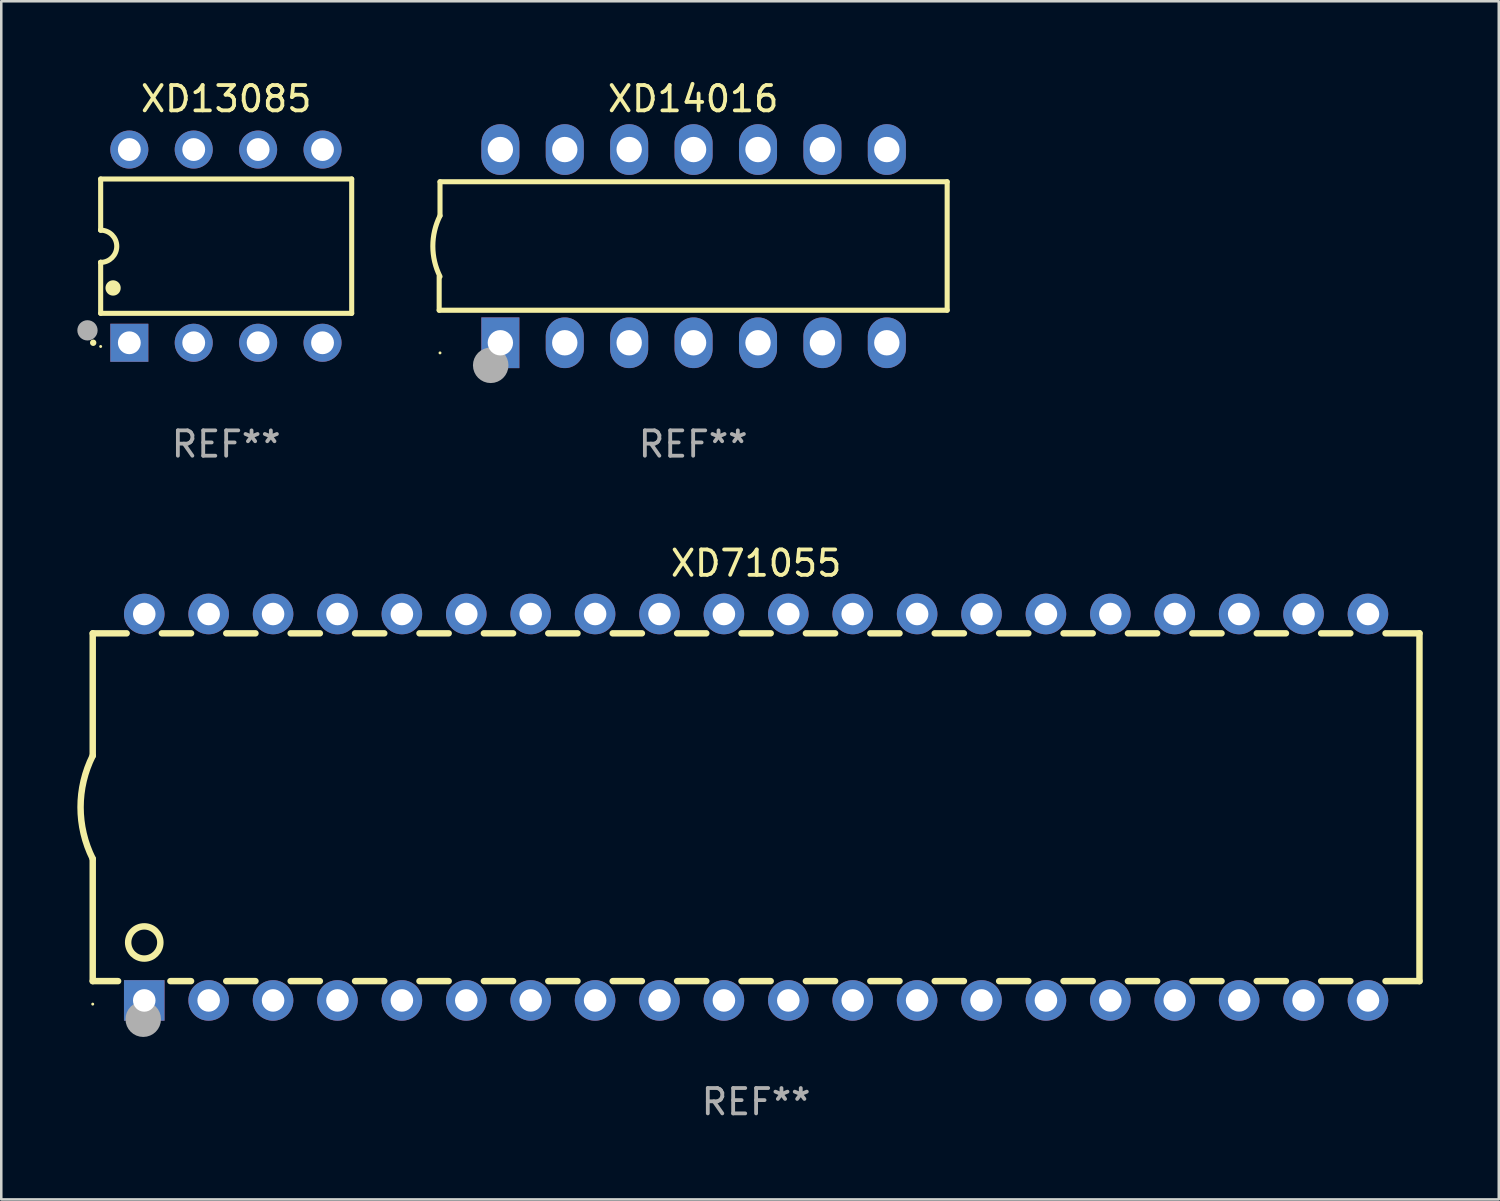
<source format=kicad_pcb>
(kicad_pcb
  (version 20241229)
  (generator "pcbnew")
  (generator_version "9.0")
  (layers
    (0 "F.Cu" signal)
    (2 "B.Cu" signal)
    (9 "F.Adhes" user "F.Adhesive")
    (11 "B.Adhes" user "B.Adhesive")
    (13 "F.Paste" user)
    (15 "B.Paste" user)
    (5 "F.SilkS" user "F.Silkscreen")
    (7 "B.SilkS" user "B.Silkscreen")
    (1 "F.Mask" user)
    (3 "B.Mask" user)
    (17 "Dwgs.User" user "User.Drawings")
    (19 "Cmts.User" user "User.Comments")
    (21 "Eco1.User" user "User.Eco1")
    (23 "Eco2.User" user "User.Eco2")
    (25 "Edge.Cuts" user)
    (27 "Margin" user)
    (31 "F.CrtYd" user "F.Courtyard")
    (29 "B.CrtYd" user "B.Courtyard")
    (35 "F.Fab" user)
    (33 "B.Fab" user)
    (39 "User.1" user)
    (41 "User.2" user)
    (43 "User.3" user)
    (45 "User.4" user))
  (footprint "XD14016"
    (layer "F.Cu")
    (at 24.287 6.658)
    (property "Reference" "XD14016" (at 0 -5.81 0) (layer "F.SilkS") (effects (font (size 1 1) (thickness 0.15))))
    (attr through_hole)
    (fp_line (start -10.017 2.527) (end -10.017 1.199) (stroke (width 0.2) (type solid)) (layer "F.SilkS"))
    (fp_line (start -9.984 -2.54) (end 10.017 -2.54) (stroke (width 0.2) (type solid)) (layer "F.SilkS"))
    (fp_line (start -9.984 -1.2) (end -9.984 -2.54) (stroke (width 0.2) (type solid)) (layer "F.SilkS"))
    (fp_line (start 10.017 -2.54) (end 10.017 2.527) (stroke (width 0.2) (type solid)) (layer "F.SilkS"))
    (fp_line (start 10.017 2.527) (end -10.017 2.527) (stroke (width 0.2) (type solid)) (layer "F.SilkS"))
    (fp_arc (start -9.983503 1.198882) (mid -10.266661 -0.000556) (end -9.983528 -1.2) (stroke (width 0.2) (type solid)) (layer "F.SilkS"))
    (fp_circle (center -9.984 4.21) (end -9.954 4.21) (stroke (width 0.06) (type solid)) (fill no) (layer "F.SilkS"))
    (fp_circle (center -7.985 4.699) (end -7.635 4.699) (stroke (width 0.7) (type solid)) (fill no) (layer "F.Fab"))
    (fp_text user "REF**" (at 0 7.81 0) (layer "F.Fab") (effects (font (size 1 1) (thickness 0.15))))
    (pad "1" thru_hole rect (at -7.604 3.81 90) (size 2 1.5) (drill 1) (layers "*.Cu" "*.Mask"))
    (pad "2" thru_hole oval (at -5.064 3.81 90) (size 2 1.5) (drill 1) (layers "*.Cu" "*.Mask"))
    (pad "3" thru_hole oval (at -2.524 3.81 90) (size 2 1.5) (drill 1) (layers "*.Cu" "*.Mask"))
    (pad "4" thru_hole oval (at 0.016 3.81 90) (size 2 1.5) (drill 1) (layers "*.Cu" "*.Mask"))
    (pad "5" thru_hole oval (at 2.557 3.81 90) (size 2 1.5) (drill 1) (layers "*.Cu" "*.Mask"))
    (pad "6" thru_hole oval (at 5.097 3.81 90) (size 2 1.5) (drill 1) (layers "*.Cu" "*.Mask"))
    (pad "7" thru_hole oval (at 7.637 3.81 90) (size 2 1.5) (drill 1) (layers "*.Cu" "*.Mask"))
    (pad "8" thru_hole oval (at 7.637 -3.81 90) (size 2 1.5) (drill 1) (layers "*.Cu" "*.Mask"))
    (pad "9" thru_hole oval (at 5.097 -3.81 90) (size 2 1.5) (drill 1) (layers "*.Cu" "*.Mask"))
    (pad "10" thru_hole oval (at 2.557 -3.81 90) (size 2 1.5) (drill 1) (layers "*.Cu" "*.Mask"))
    (pad "11" thru_hole oval (at 0.016 -3.81 90) (size 2 1.5) (drill 1) (layers "*.Cu" "*.Mask"))
    (pad "12" thru_hole oval (at -2.524 -3.81 90) (size 2 1.5) (drill 1) (layers "*.Cu" "*.Mask"))
    (pad "13" thru_hole oval (at -5.064 -3.81 90) (size 2 1.5) (drill 1) (layers "*.Cu" "*.Mask"))
    (pad "14" thru_hole oval (at -7.604 -3.81 90) (size 2 1.5) (drill 1) (layers "*.Cu" "*.Mask")))
  (footprint "XD71055"
    (layer "F.Cu")
    (at 26.769 28.785)
    (property "Reference" "XD71055" (at 0 -9.62 0) (layer "F.SilkS") (effects (font (size 1 1) (thickness 0.15))))
    (attr through_hole)
    (fp_line (start -26.162 -6.858) (end -26.162 -2.032) (stroke (width 0.254) (type solid)) (layer "F.SilkS"))
    (fp_line (start -26.162 6.858) (end -26.162 2.032) (stroke (width 0.254) (type solid)) (layer "F.SilkS"))
    (fp_line (start -26.162 6.858) (end -25.161 6.858) (stroke (width 0.254) (type solid)) (layer "F.SilkS"))
    (fp_line (start -24.824 -6.858) (end -26.162 -6.858) (stroke (width 0.254) (type solid)) (layer "F.SilkS"))
    (fp_line (start -23.099 6.858) (end -22.284 6.858) (stroke (width 0.254) (type solid)) (layer "F.SilkS"))
    (fp_line (start -22.284 -6.858) (end -23.436 -6.858) (stroke (width 0.254) (type solid)) (layer "F.SilkS"))
    (fp_line (start -20.896 6.858) (end -19.744 6.858) (stroke (width 0.254) (type solid)) (layer "F.SilkS"))
    (fp_line (start -19.744 -6.858) (end -20.896 -6.858) (stroke (width 0.254) (type solid)) (layer "F.SilkS"))
    (fp_line (start -18.356 6.858) (end -17.204 6.858) (stroke (width 0.254) (type solid)) (layer "F.SilkS"))
    (fp_line (start -17.204 -6.858) (end -18.356 -6.858) (stroke (width 0.254) (type solid)) (layer "F.SilkS"))
    (fp_line (start -15.816 6.858) (end -14.664 6.858) (stroke (width 0.254) (type solid)) (layer "F.SilkS"))
    (fp_line (start -14.664 -6.858) (end -15.816 -6.858) (stroke (width 0.254) (type solid)) (layer "F.SilkS"))
    (fp_line (start -13.276 6.858) (end -12.124 6.858) (stroke (width 0.254) (type solid)) (layer "F.SilkS"))
    (fp_line (start -12.124 -6.858) (end -13.276 -6.858) (stroke (width 0.254) (type solid)) (layer "F.SilkS"))
    (fp_line (start -10.736 6.858) (end -9.584 6.858) (stroke (width 0.254) (type solid)) (layer "F.SilkS"))
    (fp_line (start -9.584 -6.858) (end -10.736 -6.858) (stroke (width 0.254) (type solid)) (layer "F.SilkS"))
    (fp_line (start -8.196 6.858) (end -7.044 6.858) (stroke (width 0.254) (type solid)) (layer "F.SilkS"))
    (fp_line (start -7.044 -6.858) (end -8.196 -6.858) (stroke (width 0.254) (type solid)) (layer "F.SilkS"))
    (fp_line (start -5.656 6.858) (end -4.504 6.858) (stroke (width 0.254) (type solid)) (layer "F.SilkS"))
    (fp_line (start -4.504 -6.858) (end -5.656 -6.858) (stroke (width 0.254) (type solid)) (layer "F.SilkS"))
    (fp_line (start -3.116 6.858) (end -1.964 6.858) (stroke (width 0.254) (type solid)) (layer "F.SilkS"))
    (fp_line (start -1.964 -6.858) (end -3.116 -6.858) (stroke (width 0.254) (type solid)) (layer "F.SilkS"))
    (fp_line (start -0.576 6.858) (end 0.576 6.858) (stroke (width 0.254) (type solid)) (layer "F.SilkS"))
    (fp_line (start 0.576 -6.858) (end -0.576 -6.858) (stroke (width 0.254) (type solid)) (layer "F.SilkS"))
    (fp_line (start 1.964 6.858) (end 3.116 6.858) (stroke (width 0.254) (type solid)) (layer "F.SilkS"))
    (fp_line (start 3.116 -6.858) (end 1.964 -6.858) (stroke (width 0.254) (type solid)) (layer "F.SilkS"))
    (fp_line (start 4.504 6.858) (end 5.656 6.858) (stroke (width 0.254) (type solid)) (layer "F.SilkS"))
    (fp_line (start 5.656 -6.858) (end 4.504 -6.858) (stroke (width 0.254) (type solid)) (layer "F.SilkS"))
    (fp_line (start 7.044 6.858) (end 8.196 6.858) (stroke (width 0.254) (type solid)) (layer "F.SilkS"))
    (fp_line (start 8.196 -6.858) (end 7.044 -6.858) (stroke (width 0.254) (type solid)) (layer "F.SilkS"))
    (fp_line (start 9.584 6.858) (end 10.736 6.858) (stroke (width 0.254) (type solid)) (layer "F.SilkS"))
    (fp_line (start 10.736 -6.858) (end 9.584 -6.858) (stroke (width 0.254) (type solid)) (layer "F.SilkS"))
    (fp_line (start 12.124 6.858) (end 13.276 6.858) (stroke (width 0.254) (type solid)) (layer "F.SilkS"))
    (fp_line (start 13.276 -6.858) (end 12.124 -6.858) (stroke (width 0.254) (type solid)) (layer "F.SilkS"))
    (fp_line (start 14.664 6.858) (end 15.816 6.858) (stroke (width 0.254) (type solid)) (layer "F.SilkS"))
    (fp_line (start 15.816 -6.858) (end 14.664 -6.858) (stroke (width 0.254) (type solid)) (layer "F.SilkS"))
    (fp_line (start 17.204 6.858) (end 18.356 6.858) (stroke (width 0.254) (type solid)) (layer "F.SilkS"))
    (fp_line (start 18.356 -6.858) (end 17.204 -6.858) (stroke (width 0.254) (type solid)) (layer "F.SilkS"))
    (fp_line (start 19.744 6.858) (end 20.896 6.858) (stroke (width 0.254) (type solid)) (layer "F.SilkS"))
    (fp_line (start 20.896 -6.858) (end 19.744 -6.858) (stroke (width 0.254) (type solid)) (layer "F.SilkS"))
    (fp_line (start 22.284 6.858) (end 23.436 6.858) (stroke (width 0.254) (type solid)) (layer "F.SilkS"))
    (fp_line (start 23.436 -6.858) (end 22.284 -6.858) (stroke (width 0.254) (type solid)) (layer "F.SilkS"))
    (fp_line (start 24.824 6.858) (end 26.162 6.858) (stroke (width 0.254) (type solid)) (layer "F.SilkS"))
    (fp_line (start 26.162 -6.858) (end 24.824 -6.858) (stroke (width 0.254) (type solid)) (layer "F.SilkS"))
    (fp_line (start 26.162 -6.858) (end 26.162 6.858) (stroke (width 0.254) (type solid)) (layer "F.SilkS"))
    (fp_arc (start -26.162052 2.032004) (mid -26.641743 0) (end -26.162052 -2.032004) (stroke (width 0.254001) (type solid)) (layer "F.SilkS"))
    (fp_circle (center -26.162 7.765) (end -26.132 7.765) (stroke (width 0.06) (type solid)) (fill no) (layer "F.SilkS"))
    (fp_circle (center -24.13 5.334) (end -23.495 5.334) (stroke (width 0.254) (type solid)) (fill no) (layer "F.SilkS"))
    (fp_circle (center -24.17 8.36) (end -23.82 8.36) (stroke (width 0.7) (type solid)) (fill no) (layer "F.Fab"))
    (fp_text user "REF**" (at 0 11.62 0) (layer "F.Fab") (effects (font (size 1 1) (thickness 0.15))))
    (pad "1" thru_hole rect (at -24.13 7.62) (size 1.6 1.6) (drill 0.889) (layers "*.Cu" "*.Mask"))
    (pad "2" thru_hole circle (at -21.59 7.62) (size 1.6 1.6) (drill 0.889) (layers "*.Cu" "*.Mask"))
    (pad "3" thru_hole circle (at -19.05 7.62) (size 1.6 1.6) (drill 0.889) (layers "*.Cu" "*.Mask"))
    (pad "4" thru_hole circle (at -16.51 7.62) (size 1.6 1.6) (drill 0.889) (layers "*.Cu" "*.Mask"))
    (pad "5" thru_hole circle (at -13.97 7.62) (size 1.6 1.6) (drill 0.889) (layers "*.Cu" "*.Mask"))
    (pad "6" thru_hole circle (at -11.43 7.62) (size 1.6 1.6) (drill 0.889) (layers "*.Cu" "*.Mask"))
    (pad "7" thru_hole circle (at -8.89 7.62) (size 1.6 1.6) (drill 0.889) (layers "*.Cu" "*.Mask"))
    (pad "8" thru_hole circle (at -6.35 7.62) (size 1.6 1.6) (drill 0.889) (layers "*.Cu" "*.Mask"))
    (pad "9" thru_hole circle (at -3.81 7.62) (size 1.6 1.6) (drill 0.889) (layers "*.Cu" "*.Mask"))
    (pad "10" thru_hole circle (at -1.27 7.62) (size 1.6 1.6) (drill 0.889) (layers "*.Cu" "*.Mask"))
    (pad "11" thru_hole circle (at 1.27 7.62) (size 1.6 1.6) (drill 0.889) (layers "*.Cu" "*.Mask"))
    (pad "12" thru_hole circle (at 3.81 7.62) (size 1.6 1.6) (drill 0.889) (layers "*.Cu" "*.Mask"))
    (pad "13" thru_hole circle (at 6.35 7.62) (size 1.6 1.6) (drill 0.889) (layers "*.Cu" "*.Mask"))
    (pad "14" thru_hole circle (at 8.89 7.62) (size 1.6 1.6) (drill 0.889) (layers "*.Cu" "*.Mask"))
    (pad "15" thru_hole circle (at 11.43 7.62) (size 1.6 1.6) (drill 0.889) (layers "*.Cu" "*.Mask"))
    (pad "16" thru_hole circle (at 13.97 7.62) (size 1.6 1.6) (drill 0.889) (layers "*.Cu" "*.Mask"))
    (pad "17" thru_hole circle (at 16.51 7.62) (size 1.6 1.6) (drill 0.889) (layers "*.Cu" "*.Mask"))
    (pad "18" thru_hole circle (at 19.05 7.62) (size 1.6 1.6) (drill 0.889) (layers "*.Cu" "*.Mask"))
    (pad "19" thru_hole circle (at 21.59 7.62) (size 1.6 1.6) (drill 0.889) (layers "*.Cu" "*.Mask"))
    (pad "20" thru_hole circle (at 24.13 7.62) (size 1.6 1.6) (drill 0.889) (layers "*.Cu" "*.Mask"))
    (pad "21" thru_hole circle (at 24.13 -7.62) (size 1.6 1.6) (drill 0.889) (layers "*.Cu" "*.Mask"))
    (pad "22" thru_hole circle (at 21.59 -7.62) (size 1.6 1.6) (drill 0.889) (layers "*.Cu" "*.Mask"))
    (pad "23" thru_hole circle (at 19.05 -7.62) (size 1.6 1.6) (drill 0.889) (layers "*.Cu" "*.Mask"))
    (pad "24" thru_hole circle (at 16.51 -7.62) (size 1.6 1.6) (drill 0.889) (layers "*.Cu" "*.Mask"))
    (pad "25" thru_hole circle (at 13.97 -7.62) (size 1.6 1.6) (drill 0.889) (layers "*.Cu" "*.Mask"))
    (pad "26" thru_hole circle (at 11.43 -7.62) (size 1.6 1.6) (drill 0.889) (layers "*.Cu" "*.Mask"))
    (pad "27" thru_hole circle (at 8.89 -7.62) (size 1.6 1.6) (drill 0.889) (layers "*.Cu" "*.Mask"))
    (pad "28" thru_hole circle (at 6.35 -7.62) (size 1.6 1.6) (drill 0.889) (layers "*.Cu" "*.Mask"))
    (pad "29" thru_hole circle (at 3.81 -7.62) (size 1.6 1.6) (drill 0.889) (layers "*.Cu" "*.Mask"))
    (pad "30" thru_hole circle (at 1.27 -7.62) (size 1.6 1.6) (drill 0.889) (layers "*.Cu" "*.Mask"))
    (pad "31" thru_hole circle (at -1.27 -7.62) (size 1.6 1.6) (drill 0.889) (layers "*.Cu" "*.Mask"))
    (pad "32" thru_hole circle (at -3.81 -7.62) (size 1.6 1.6) (drill 0.889) (layers "*.Cu" "*.Mask"))
    (pad "33" thru_hole circle (at -6.35 -7.62) (size 1.6 1.6) (drill 0.889) (layers "*.Cu" "*.Mask"))
    (pad "34" thru_hole circle (at -8.89 -7.62) (size 1.6 1.6) (drill 0.889) (layers "*.Cu" "*.Mask"))
    (pad "35" thru_hole circle (at -11.43 -7.62) (size 1.6 1.6) (drill 0.889) (layers "*.Cu" "*.Mask"))
    (pad "36" thru_hole circle (at -13.97 -7.62) (size 1.6 1.6) (drill 0.889) (layers "*.Cu" "*.Mask"))
    (pad "37" thru_hole circle (at -16.51 -7.62) (size 1.6 1.6) (drill 0.889) (layers "*.Cu" "*.Mask"))
    (pad "38" thru_hole circle (at -19.05 -7.62) (size 1.6 1.6) (drill 0.889) (layers "*.Cu" "*.Mask"))
    (pad "39" thru_hole circle (at -21.59 -7.62) (size 1.6 1.6) (drill 0.889) (layers "*.Cu" "*.Mask"))
    (pad "40" thru_hole circle (at -24.13 -7.62) (size 1.6 1.6) (drill 0.889) (layers "*.Cu" "*.Mask")))
  (footprint "XD13085"
    (layer "F.Cu")
    (at 5.87 6.658)
    (property "Reference" "XD13085" (at 0 -5.81 0) (layer "F.SilkS") (effects (font (size 1 1) (thickness 0.15))))
    (attr through_hole)
    (fp_line (start -4.95 -2.649) (end 4.95 -2.649) (stroke (width 0.2) (type solid)) (layer "F.SilkS"))
    (fp_line (start -4.95 -0.635) (end -4.95 -2.649) (stroke (width 0.2) (type solid)) (layer "F.SilkS"))
    (fp_line (start -4.95 0.635) (end -4.95 0.64) (stroke (width 0.2) (type solid)) (layer "F.SilkS"))
    (fp_line (start -4.95 2.649) (end -4.95 0.635) (stroke (width 0.2) (type solid)) (layer "F.SilkS"))
    (fp_line (start -4.95 -0.64) (end -4.95 -0.635) (stroke (width 0.2) (type solid)) (layer "F.SilkS"))
    (fp_line (start 4.95 -2.649) (end 4.95 2.649) (stroke (width 0.2) (type solid)) (layer "F.SilkS"))
    (fp_line (start 4.95 2.649) (end -4.95 2.649) (stroke (width 0.2) (type solid)) (layer "F.SilkS"))
    (fp_arc (start -5.24511 3.810008) (mid -5.245117 3.808738) (end -5.24511 3.807468) (stroke (width 0.25) (type solid)) (layer "F.SilkS"))
    (fp_arc (start -4.950165 -0.629997) (mid -4.315164 0.005004) (end -4.950165 0.640005) (stroke (width 0.2) (type solid)) (layer "F.SilkS"))
    (fp_arc (start -4.460249 1.651003) (mid -4.46026 1.648463) (end -4.460249 1.645923) (stroke (width 0.6) (type solid)) (layer "F.SilkS"))
    (fp_circle (center -4.95 3.956) (end -4.92 3.956) (stroke (width 0.06) (type solid)) (fill no) (layer "F.SilkS"))
    (fp_circle (center -5.47 3.32) (end -5.27 3.32) (stroke (width 0.4) (type solid)) (fill no) (layer "F.Fab"))
    (fp_text user "REF**" (at 0 7.81 0) (layer "F.Fab") (effects (font (size 1 1) (thickness 0.15))))
    (pad "1" thru_hole rect (at -3.82 3.81) (size 1.5 1.5) (drill 0.9) (layers "*.Cu" "*.Mask"))
    (pad "2" thru_hole circle (at -1.28 3.81) (size 1.5 1.5) (drill 0.9) (layers "*.Cu" "*.Mask"))
    (pad "3" thru_hole circle (at 1.26 3.81) (size 1.5 1.5) (drill 0.9) (layers "*.Cu" "*.Mask"))
    (pad "4" thru_hole circle (at 3.8 3.81) (size 1.5 1.5) (drill 0.9) (layers "*.Cu" "*.Mask"))
    (pad "5" thru_hole circle (at 3.8 -3.81) (size 1.5 1.5) (drill 0.9) (layers "*.Cu" "*.Mask"))
    (pad "6" thru_hole circle (at 1.26 -3.81) (size 1.5 1.5) (drill 0.9) (layers "*.Cu" "*.Mask"))
    (pad "7" thru_hole circle (at -1.28 -3.81) (size 1.5 1.5) (drill 0.9) (layers "*.Cu" "*.Mask"))
    (pad "8" thru_hole circle (at -3.82 -3.81) (size 1.5 1.5) (drill 0.9) (layers "*.Cu" "*.Mask")))
  (gr_rect
    (start -3 -3)
    (end 56.058 44.253)
    (stroke (width 0.1) (type default))
    (fill no)
    (layer "Edge.Cuts")))
</source>
